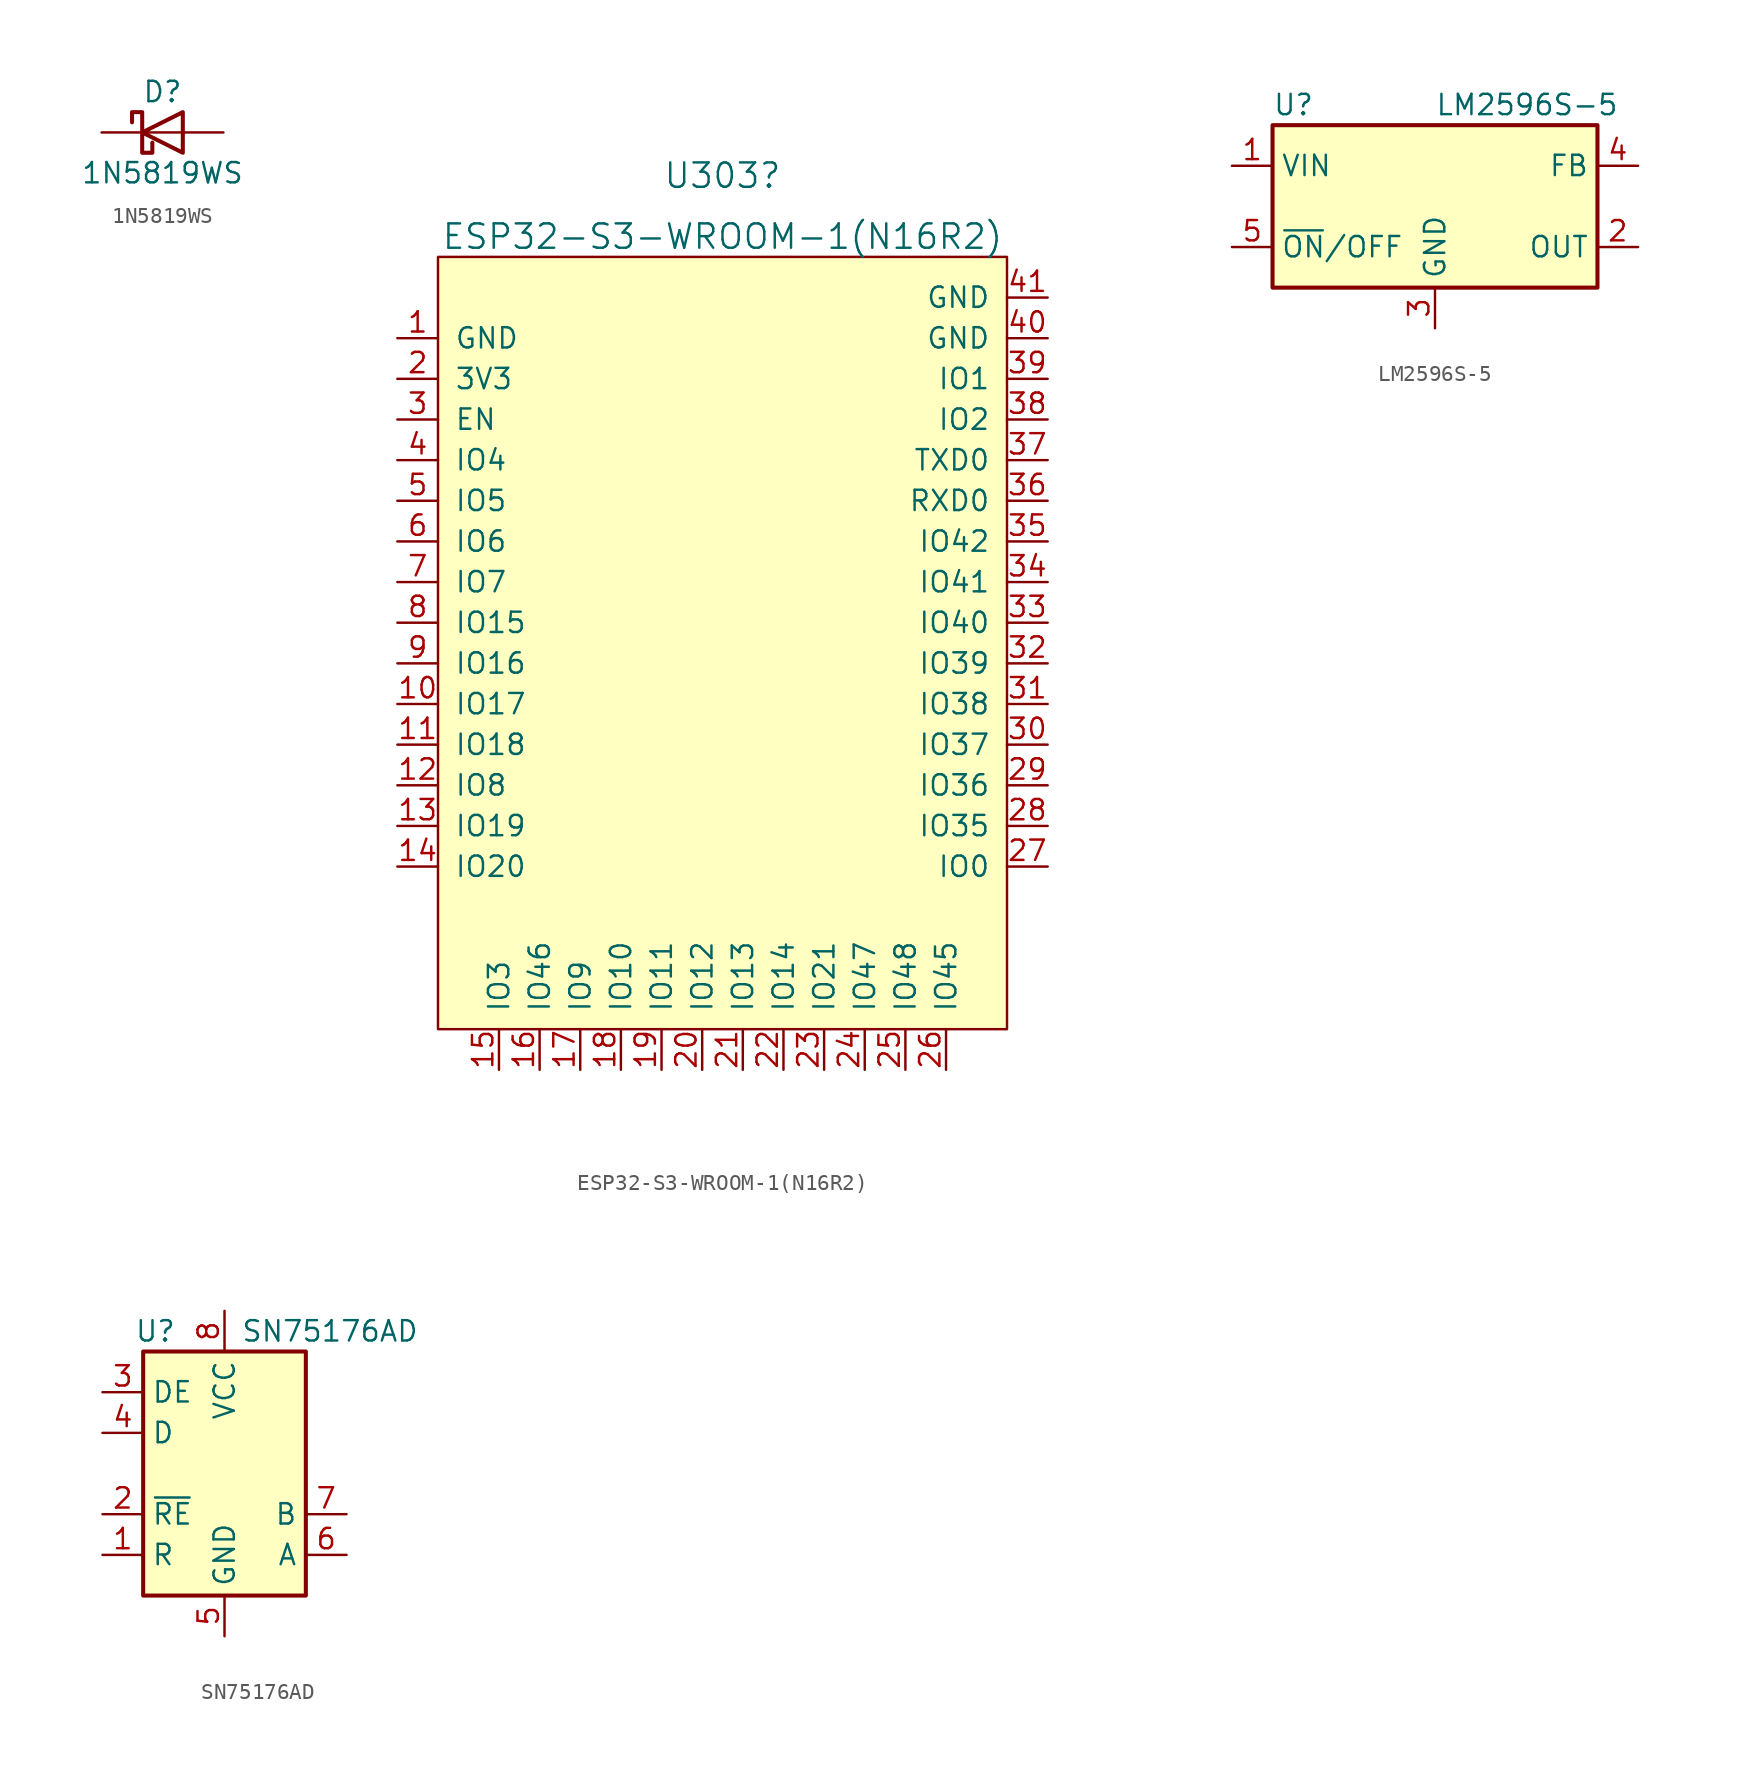
<source format=kicad_sym>
(kicad_symbol_lib
  (version 20220914)
  (generator kicad_symbol_editor)
  (symbol "1N5819WS"
    (pin_numbers hide)
    (pin_names
      (offset 1.016) hide)
    (property "Reference" "D"
      (at 0 2.54 0)
      (effects (font (size 1.27 1.27))))
    (property "Value" "1N5819WS"
      (at 0 -2.54 0)
      (effects (font (size 1.27 1.27))))
    (symbol "1N5819WS_0_1"
      (polyline (pts (xy 1.27 0) (xy -1.27 0)) (stroke (width 0) (type default)) (fill (type none)))
      (polyline (pts (xy 1.27 1.27) (xy 1.27 -1.27) (xy -1.27 0) (xy 1.27 1.27)) (stroke (width 0.254) (type default)) (fill (type none)))
      (polyline (pts (xy -1.905 0.635) (xy -1.905 1.27) (xy -1.27 1.27) (xy -1.27 -1.27) (xy -0.635 -1.27) (xy -0.635 -0.635)) (stroke (width 0.254) (type default)) (fill (type none))))
    (symbol "1N5819WS_1_1"
      (pin passive line (at -3.81 0 0) (length 2.54) (name "K" (effects (font (size 1.27 1.27)))) (number "1" (effects (font (size 1.27 1.27)))))
      (pin passive line (at 3.81 0 180) (length 2.54) (name "A" (effects (font (size 1.27 1.27)))) (number "2" (effects (font (size 1.27 1.27)))))))
  (symbol "ESP32-S3-WROOM-1(N16R2)"
    (pin_names
      (offset 1.016))
    (property "Reference" "U303"
      (at 0 30.48 0)
      (effects (font (size 1.524 1.524))))
    (property "Value" "ESP32-S3-WROOM-1(N16R2)"
      (at 0 26.67 0)
      (effects (font (size 1.524 1.524))))
    (property "ki_locked" ""
      (at 0 0 0)
      (effects (font (size 1.27 1.27))))
    (symbol "ESP32-S3-WROOM-1(N16R2)_1_1"
      (rectangle (start -17.78 25.4) (end 17.78 -22.86) (stroke (width 0) (type default)) (fill (type background)))
      (pin power_in line (at -20.32 20.32 0) (length 2.54) (name "GND" (effects (font (size 1.27 1.27)))) (number "1" (effects (font (size 1.27 1.27)))))
      (pin bidirectional line (at -20.32 -2.54 0) (length 2.54) (name "IO17" (effects (font (size 1.27 1.27)))) (number "10" (effects (font (size 1.27 1.27)))))
      (pin bidirectional line (at -20.32 -5.08 0) (length 2.54) (name "IO18" (effects (font (size 1.27 1.27)))) (number "11" (effects (font (size 1.27 1.27)))))
      (pin bidirectional line (at -20.32 -7.62 0) (length 2.54) (name "IO8" (effects (font (size 1.27 1.27)))) (number "12" (effects (font (size 1.27 1.27)))))
      (pin bidirectional line (at -20.32 -10.16 0) (length 2.54) (name "IO19" (effects (font (size 1.27 1.27)))) (number "13" (effects (font (size 1.27 1.27)))))
      (pin bidirectional line (at -20.32 -12.7 0) (length 2.54) (name "IO20" (effects (font (size 1.27 1.27)))) (number "14" (effects (font (size 1.27 1.27)))))
      (pin bidirectional line (at -13.97 -25.4 90) (length 2.54) (name "IO3" (effects (font (size 1.27 1.27)))) (number "15" (effects (font (size 1.27 1.27)))))
      (pin bidirectional line (at -11.43 -25.4 90) (length 2.54) (name "IO46" (effects (font (size 1.27 1.27)))) (number "16" (effects (font (size 1.27 1.27)))))
      (pin bidirectional line (at -8.89 -25.4 90) (length 2.54) (name "IO9" (effects (font (size 1.27 1.27)))) (number "17" (effects (font (size 1.27 1.27)))))
      (pin bidirectional line (at -6.35 -25.4 90) (length 2.54) (name "IO10" (effects (font (size 1.27 1.27)))) (number "18" (effects (font (size 1.27 1.27)))))
      (pin bidirectional line (at -3.81 -25.4 90) (length 2.54) (name "IO11" (effects (font (size 1.27 1.27)))) (number "19" (effects (font (size 1.27 1.27)))))
      (pin power_in line (at -20.32 17.78 0) (length 2.54) (name "3V3" (effects (font (size 1.27 1.27)))) (number "2" (effects (font (size 1.27 1.27)))))
      (pin bidirectional line (at -1.27 -25.4 90) (length 2.54) (name "IO12" (effects (font (size 1.27 1.27)))) (number "20" (effects (font (size 1.27 1.27)))))
      (pin bidirectional line (at 1.27 -25.4 90) (length 2.54) (name "IO13" (effects (font (size 1.27 1.27)))) (number "21" (effects (font (size 1.27 1.27)))))
      (pin bidirectional line (at 3.81 -25.4 90) (length 2.54) (name "IO14" (effects (font (size 1.27 1.27)))) (number "22" (effects (font (size 1.27 1.27)))))
      (pin bidirectional line (at 6.35 -25.4 90) (length 2.54) (name "IO21" (effects (font (size 1.27 1.27)))) (number "23" (effects (font (size 1.27 1.27)))))
      (pin bidirectional line (at 8.89 -25.4 90) (length 2.54) (name "IO47" (effects (font (size 1.27 1.27)))) (number "24" (effects (font (size 1.27 1.27)))))
      (pin bidirectional line (at 11.43 -25.4 90) (length 2.54) (name "IO48" (effects (font (size 1.27 1.27)))) (number "25" (effects (font (size 1.27 1.27)))))
      (pin bidirectional line (at 13.97 -25.4 90) (length 2.54) (name "IO45" (effects (font (size 1.27 1.27)))) (number "26" (effects (font (size 1.27 1.27)))))
      (pin bidirectional line (at 20.32 -12.7 180) (length 2.54) (name "IO0" (effects (font (size 1.27 1.27)))) (number "27" (effects (font (size 1.27 1.27)))))
      (pin bidirectional line (at 20.32 -10.16 180) (length 2.54) (name "IO35" (effects (font (size 1.27 1.27)))) (number "28" (effects (font (size 1.27 1.27)))))
      (pin bidirectional line (at 20.32 -7.62 180) (length 2.54) (name "IO36" (effects (font (size 1.27 1.27)))) (number "29" (effects (font (size 1.27 1.27)))))
      (pin input line (at -20.32 15.24 0) (length 2.54) (name "EN" (effects (font (size 1.27 1.27)))) (number "3" (effects (font (size 1.27 1.27)))))
      (pin bidirectional line (at 20.32 -5.08 180) (length 2.54) (name "IO37" (effects (font (size 1.27 1.27)))) (number "30" (effects (font (size 1.27 1.27)))))
      (pin bidirectional line (at 20.32 -2.54 180) (length 2.54) (name "IO38" (effects (font (size 1.27 1.27)))) (number "31" (effects (font (size 1.27 1.27)))))
      (pin bidirectional line (at 20.32 0 180) (length 2.54) (name "IO39" (effects (font (size 1.27 1.27)))) (number "32" (effects (font (size 1.27 1.27)))))
      (pin bidirectional line (at 20.32 2.54 180) (length 2.54) (name "IO40" (effects (font (size 1.27 1.27)))) (number "33" (effects (font (size 1.27 1.27)))))
      (pin bidirectional line (at 20.32 5.08 180) (length 2.54) (name "IO41" (effects (font (size 1.27 1.27)))) (number "34" (effects (font (size 1.27 1.27)))))
      (pin bidirectional line (at 20.32 7.62 180) (length 2.54) (name "IO42" (effects (font (size 1.27 1.27)))) (number "35" (effects (font (size 1.27 1.27)))))
      (pin bidirectional line (at 20.32 10.16 180) (length 2.54) (name "RXD0" (effects (font (size 1.27 1.27)))) (number "36" (effects (font (size 1.27 1.27)))))
      (pin bidirectional line (at 20.32 12.7 180) (length 2.54) (name "TXD0" (effects (font (size 1.27 1.27)))) (number "37" (effects (font (size 1.27 1.27)))))
      (pin bidirectional line (at 20.32 15.24 180) (length 2.54) (name "IO2" (effects (font (size 1.27 1.27)))) (number "38" (effects (font (size 1.27 1.27)))))
      (pin bidirectional line (at 20.32 17.78 180) (length 2.54) (name "IO1" (effects (font (size 1.27 1.27)))) (number "39" (effects (font (size 1.27 1.27)))))
      (pin bidirectional line (at -20.32 12.7 0) (length 2.54) (name "IO4" (effects (font (size 1.27 1.27)))) (number "4" (effects (font (size 1.27 1.27)))))
      (pin power_in line (at 20.32 20.32 180) (length 2.54) (name "GND" (effects (font (size 1.27 1.27)))) (number "40" (effects (font (size 1.27 1.27)))))
      (pin power_in line (at 20.32 22.86 180) (length 2.54) (name "GND" (effects (font (size 1.27 1.27)))) (number "41" (effects (font (size 1.27 1.27)))))
      (pin bidirectional line (at -20.32 10.16 0) (length 2.54) (name "IO5" (effects (font (size 1.27 1.27)))) (number "5" (effects (font (size 1.27 1.27)))))
      (pin bidirectional line (at -20.32 7.62 0) (length 2.54) (name "IO6" (effects (font (size 1.27 1.27)))) (number "6" (effects (font (size 1.27 1.27)))))
      (pin bidirectional line (at -20.32 5.08 0) (length 2.54) (name "IO7" (effects (font (size 1.27 1.27)))) (number "7" (effects (font (size 1.27 1.27)))))
      (pin bidirectional line (at -20.32 2.54 0) (length 2.54) (name "IO15" (effects (font (size 1.27 1.27)))) (number "8" (effects (font (size 1.27 1.27)))))
      (pin bidirectional line (at -20.32 0 0) (length 2.54) (name "IO16" (effects (font (size 1.27 1.27)))) (number "9" (effects (font (size 1.27 1.27)))))))
  (symbol "LM2596S-5"
    (property "Reference" "U"
      (at -10.16 6.35 0)
      (effects (font (size 1.27 1.27)) (justify left)))
    (property "Value" "LM2596S-5"
      (at 0 6.35 0)
      (effects (font (size 1.27 1.27)) (justify left)))
    (symbol "LM2596S-5_0_1"
      (rectangle (start -10.16 5.08) (end 10.16 -5.08) (stroke (width 0.254) (type default)) (fill (type background))))
    (symbol "LM2596S-5_1_1"
      (pin power_in line (at -12.7 2.54 0) (length 2.54) (name "VIN" (effects (font (size 1.27 1.27)))) (number "1" (effects (font (size 1.27 1.27)))))
      (pin output line (at 12.7 -2.54 180) (length 2.54) (name "OUT" (effects (font (size 1.27 1.27)))) (number "2" (effects (font (size 1.27 1.27)))))
      (pin power_in line (at 0 -7.62 90) (length 2.54) (name "GND" (effects (font (size 1.27 1.27)))) (number "3" (effects (font (size 1.27 1.27)))))
      (pin input line (at 12.7 2.54 180) (length 2.54) (name "FB" (effects (font (size 1.27 1.27)))) (number "4" (effects (font (size 1.27 1.27)))))
      (pin input line (at -12.7 -2.54 0) (length 2.54) (name "~{ON}/OFF" (effects (font (size 1.27 1.27)))) (number "5" (effects (font (size 1.27 1.27)))))))
  (symbol "SN75176AD"
    (property "Reference" "U"
      (at -4.318 8.89 0)
      (effects (font (size 1.27 1.27))))
    (property "Value" "SN75176AD"
      (at 1.016 8.89 0)
      (effects (font (size 1.27 1.27)) (justify left)))
    (symbol "SN75176AD_0_1"
      (rectangle (start -5.08 7.62) (end 5.08 -7.62) (stroke (width 0.254) (type default)) (fill (type background))))
    (symbol "SN75176AD_1_1"
      (pin output line (at -7.62 -5.08 0) (length 2.54) (name "R" (effects (font (size 1.27 1.27)))) (number "1" (effects (font (size 1.27 1.27)))))
      (pin input line (at -7.62 -2.54 0) (length 2.54) (name "~{RE}" (effects (font (size 1.27 1.27)))) (number "2" (effects (font (size 1.27 1.27)))))
      (pin input line (at -7.62 5.08 0) (length 2.54) (name "DE" (effects (font (size 1.27 1.27)))) (number "3" (effects (font (size 1.27 1.27)))))
      (pin input line (at -7.62 2.54 0) (length 2.54) (name "D" (effects (font (size 1.27 1.27)))) (number "4" (effects (font (size 1.27 1.27)))))
      (pin power_in line (at 0 -10.16 90) (length 2.54) (name "GND" (effects (font (size 1.27 1.27)))) (number "5" (effects (font (size 1.27 1.27)))))
      (pin bidirectional line (at 7.62 -5.08 180) (length 2.54) (name "A" (effects (font (size 1.27 1.27)))) (number "6" (effects (font (size 1.27 1.27)))))
      (pin bidirectional line (at 7.62 -2.54 180) (length 2.54) (name "B" (effects (font (size 1.27 1.27)))) (number "7" (effects (font (size 1.27 1.27)))))
      (pin power_in line (at 0 10.16 270) (length 2.54) (name "VCC" (effects (font (size 1.27 1.27)))) (number "8" (effects (font (size 1.27 1.27))))))))
</source>
